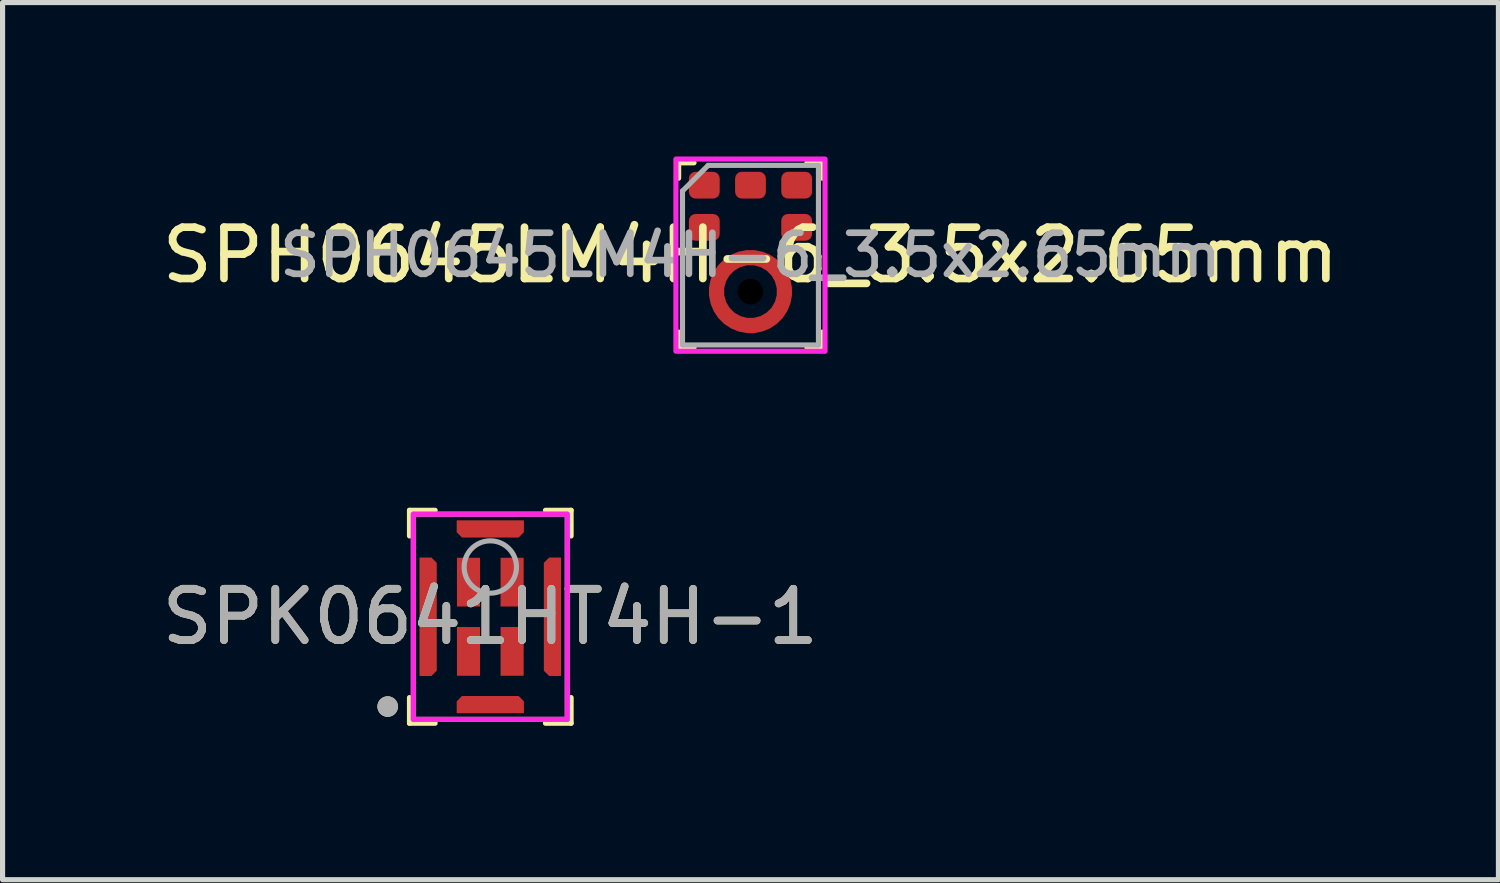
<source format=kicad_pcb>
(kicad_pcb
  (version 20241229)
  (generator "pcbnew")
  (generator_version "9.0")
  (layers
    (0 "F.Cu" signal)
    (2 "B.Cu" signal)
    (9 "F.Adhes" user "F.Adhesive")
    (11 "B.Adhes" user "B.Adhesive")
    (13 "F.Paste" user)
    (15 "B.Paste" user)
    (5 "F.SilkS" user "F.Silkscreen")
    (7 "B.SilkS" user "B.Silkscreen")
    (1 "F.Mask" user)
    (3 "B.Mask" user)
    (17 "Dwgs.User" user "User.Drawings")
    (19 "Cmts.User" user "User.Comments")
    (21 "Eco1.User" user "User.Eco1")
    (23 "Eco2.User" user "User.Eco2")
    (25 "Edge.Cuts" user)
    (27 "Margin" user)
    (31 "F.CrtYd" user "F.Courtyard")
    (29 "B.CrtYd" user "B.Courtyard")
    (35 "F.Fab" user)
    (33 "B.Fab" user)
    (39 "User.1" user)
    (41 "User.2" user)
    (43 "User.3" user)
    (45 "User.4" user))
  (footprint "SPH0645LM4H-6_3.5x2.65mm"
    (layer "F.Cu")
    (at 11.577 1.923)
    (property "Reference" "SPH0645LM4H-6_3.5x2.65mm" (at 0 0 0) (unlocked yes) (layer "F.SilkS") (effects (font (size 1 1) (thickness 0.15))))
    (attr smd)
    (fp_line (start -1.4 -1.8) (end -1.4 -1.5) (stroke (width 0.1) (type default)) (layer "F.SilkS"))
    (fp_line (start -1.4 -1.8) (end -1.1 -1.8) (stroke (width 0.1) (type default)) (layer "F.SilkS"))
    (fp_line (start -1.4 1.8) (end -1.4 1.5) (stroke (width 0.1) (type default)) (layer "F.SilkS"))
    (fp_line (start -1.4 1.8) (end -1.1 1.8) (stroke (width 0.1) (type default)) (layer "F.SilkS"))
    (fp_line (start 1.4 -1.8) (end 1.1 -1.8) (stroke (width 0.1) (type default)) (layer "F.SilkS"))
    (fp_line (start 1.4 -1.8) (end 1.4 -1.5) (stroke (width 0.1) (type default)) (layer "F.SilkS"))
    (fp_line (start 1.4 1.8) (end 1.1 1.8) (stroke (width 0.1) (type default)) (layer "F.SilkS"))
    (fp_line (start 1.4 1.8) (end 1.4 1.5) (stroke (width 0.1) (type default)) (layer "F.SilkS"))
    (fp_poly (pts (xy -0.641 1.209) (xy -0.723 1.08) (xy -0.78 0.937) (xy -0.809 0.787) (xy -0.809 0.633) (xy -0.78 0.483) (xy -0.723 0.34) (xy -0.641 0.211) (xy -0.426 0.425) (xy -0.468 0.501) (xy -0.496 0.582) (xy -0.511 0.667) (xy -0.511 0.753) (xy -0.496 0.838) (xy -0.468 0.919) (xy -0.426 0.995)) (stroke (width 0) (type solid)) (fill yes) (layer "F.Paste"))
    (fp_poly (pts (xy -0.499 0.069) (xy -0.37 -0.013) (xy -0.227 -0.07) (xy -0.077 -0.099) (xy 0.077 -0.099) (xy 0.227 -0.07) (xy 0.37 -0.013) (xy 0.499 0.069) (xy 0.285 0.284) (xy 0.209 0.242) (xy 0.128 0.214) (xy 0.043 0.199) (xy -0.043 0.199) (xy -0.128 0.214) (xy -0.209 0.242) (xy -0.285 0.284)) (stroke (width 0) (type solid)) (fill yes) (layer "F.Paste"))
    (fp_poly (pts (xy 0.499 1.351) (xy 0.37 1.433) (xy 0.227 1.49) (xy 0.077 1.519) (xy -0.077 1.519) (xy -0.227 1.49) (xy -0.37 1.433) (xy -0.499 1.351) (xy -0.285 1.136) (xy -0.209 1.178) (xy -0.128 1.206) (xy -0.043 1.221) (xy 0.043 1.221) (xy 0.128 1.206) (xy 0.209 1.178) (xy 0.285 1.136)) (stroke (width 0) (type solid)) (fill yes) (layer "F.Paste"))
    (fp_poly (pts (xy 0.641 0.211) (xy 0.723 0.34) (xy 0.78 0.483) (xy 0.809 0.633) (xy 0.809 0.787) (xy 0.78 0.937) (xy 0.723 1.08) (xy 0.641 1.209) (xy 0.426 0.995) (xy 0.468 0.919) (xy 0.496 0.838) (xy 0.511 0.753) (xy 0.511 0.667) (xy 0.496 0.582) (xy 0.468 0.501) (xy 0.426 0.425)) (stroke (width 0) (type solid)) (fill yes) (layer "F.Paste"))
    (fp_rect (start -1.453 -1.873) (end 1.453 1.873) (stroke (width 0.1) (type solid)) (fill no) (layer "F.CrtYd"))
    (fp_line (start -1.325 -1.25) (end -1.325 1.75) (stroke (width 0.1) (type solid)) (layer "F.Fab"))
    (fp_line (start -1.325 1.75) (end 1.325 1.75) (stroke (width 0.1) (type solid)) (layer "F.Fab"))
    (fp_line (start -0.825 -1.75) (end -1.325 -1.25) (stroke (width 0.1) (type solid)) (layer "F.Fab"))
    (fp_line (start 1.325 -1.75) (end -0.825 -1.75) (stroke (width 0.1) (type solid)) (layer "F.Fab"))
    (fp_line (start 1.325 1.75) (end 1.325 -1.75) (stroke (width 0.1) (type solid)) (layer "F.Fab"))
    (fp_text user "${REFERENCE}" (at 0 0 0) (unlocked yes) (layer "F.Fab") (effects (font (size 0.8 0.8) (thickness 0.13))))
    (pad "" np_thru_hole circle (at 0 0.71) (size 0.5 0.5) (drill 0.5) (layers "*.Mask"))
    (pad "1" smd roundrect (at -0.9 -1.364) (size 0.6 0.522) (layers "F.Cu" "F.Mask" "F.Paste") (roundrect_rratio 0.25))
    (pad "2" smd roundrect (at -0.9 -0.542) (size 0.6 0.522) (layers "F.Cu" "F.Mask" "F.Paste") (roundrect_rratio 0.25))
    (pad "3" smd custom (at 0.662 0.71 90) (size 0.3 0.3) (layers "F.Cu" "F.Mask") (options (anchor circle)) (primitives (gr_circle (center 0 -0.662) (end 0.662 -0.662) (width 0.3) (fill no))))
    (pad "4" smd roundrect (at 0.9 -0.542) (size 0.6 0.522) (layers "F.Cu" "F.Mask" "F.Paste") (roundrect_rratio 0.25))
    (pad "5" smd roundrect (at 0.9 -1.364) (size 0.6 0.522) (layers "F.Cu" "F.Mask" "F.Paste") (roundrect_rratio 0.25))
    (pad "6" smd roundrect (at 0 -1.364) (size 0.6 0.522) (layers "F.Cu" "F.Mask" "F.Paste") (roundrect_rratio 0.25)))
  (footprint "SPK0641HT4H-1"
    (layer "F.Cu")
    (at 6.506 8.971)
    (property "Reference" "SPK0641HT4H-1" (at 0 0 0) (layer "F.SilkS") (effects (font (size 1 1) (thickness 0.15))))
    (attr smd)
    (fp_poly (pts (xy -1.375 -1.15) (xy -1.375 1.15) (xy -1.15 1.15) (xy -1.05 1.05) (xy -1.05 -1.05) (xy -1.15 -1.15)) (stroke (width 0.01) (type solid)) (fill yes) (layer "F.Mask"))
    (fp_poly (pts (xy -0.65 -1.875) (xy 0.65 -1.875) (xy 0.65 -1.65) (xy 0.55 -1.55) (xy -0.55 -1.55) (xy -0.65 -1.65)) (stroke (width 0.01) (type solid)) (fill yes) (layer "F.Mask"))
    (fp_poly (pts (xy 0.65 1.875) (xy -0.65 1.875) (xy -0.65 1.65) (xy -0.55 1.55) (xy 0.55 1.55) (xy 0.65 1.65)) (stroke (width 0.01) (type solid)) (fill yes) (layer "F.Mask"))
    (fp_poly (pts (xy 1.375 -1.15) (xy 1.375 1.15) (xy 1.15 1.15) (xy 1.05 1.05) (xy 1.05 -1.05) (xy 1.15 -1.15)) (stroke (width 0.01) (type solid)) (fill yes) (layer "F.Mask"))
    (fp_line (start -1.575 -2.075) (end -1.575 -1.575) (stroke (width 0.1) (type solid)) (layer "F.SilkS"))
    (fp_line (start -1.575 -2.075) (end -1.075 -2.075) (stroke (width 0.1) (type solid)) (layer "F.SilkS"))
    (fp_line (start -1.575 1.575) (end -1.575 2.075) (stroke (width 0.1) (type solid)) (layer "F.SilkS"))
    (fp_line (start -1.575 2.075) (end -1.075 2.075) (stroke (width 0.1) (type solid)) (layer "F.SilkS"))
    (fp_line (start 1.075 -2.075) (end 1.575 -2.075) (stroke (width 0.1) (type solid)) (layer "F.SilkS"))
    (fp_line (start 1.075 2.075) (end 1.575 2.075) (stroke (width 0.1) (type solid)) (layer "F.SilkS"))
    (fp_line (start 1.575 -2.075) (end 1.575 -1.575) (stroke (width 0.1) (type solid)) (layer "F.SilkS"))
    (fp_line (start 1.575 2.075) (end 1.575 1.575) (stroke (width 0.1) (type solid)) (layer "F.SilkS"))
    (fp_circle (center -2 1.75) (end -1.9 1.75) (stroke (width 0.2) (type solid)) (fill no) (layer "F.SilkS"))
    (fp_poly (pts (xy -1.375 -1.15) (xy -1.375 1.15) (xy -1.15 1.15) (xy -1.05 1.05) (xy -1.05 -1.05) (xy -1.15 -1.15)) (stroke (width 0.01) (type solid)) (fill yes) (layer "F.Paste"))
    (fp_poly (pts (xy -0.65 -1.875) (xy 0.65 -1.875) (xy 0.65 -1.65) (xy 0.55 -1.55) (xy -0.55 -1.55) (xy -0.65 -1.65)) (stroke (width 0.01) (type solid)) (fill yes) (layer "F.Paste"))
    (fp_poly (pts (xy 0.65 1.875) (xy -0.65 1.875) (xy -0.65 1.65) (xy -0.55 1.55) (xy 0.55 1.55) (xy 0.65 1.65)) (stroke (width 0.01) (type solid)) (fill yes) (layer "F.Paste"))
    (fp_poly (pts (xy 1.375 -1.15) (xy 1.375 1.15) (xy 1.15 1.15) (xy 1.05 1.05) (xy 1.05 -1.05) (xy 1.15 -1.15)) (stroke (width 0.01) (type solid)) (fill yes) (layer "F.Paste"))
    (fp_rect (start -1.5 -2) (end 1.5 2) (stroke (width 0.1) (type default)) (fill no) (layer "F.CrtYd"))
    (fp_line (start -1.5 -2) (end 1.5 -2) (stroke (width 0.1) (type solid)) (layer "F.Fab"))
    (fp_line (start -1.5 2) (end -1.5 -2) (stroke (width 0.1) (type solid)) (layer "F.Fab"))
    (fp_line (start 1.5 -2) (end 1.5 2) (stroke (width 0.1) (type solid)) (layer "F.Fab"))
    (fp_line (start 1.5 2) (end -1.5 2) (stroke (width 0.1) (type solid)) (layer "F.Fab"))
    (fp_circle (center -2 1.75) (end -1.9 1.75) (stroke (width 0.2) (type solid)) (fill no) (layer "F.Fab"))
    (fp_circle (center 0 -0.97) (end 0.51 -0.97) (stroke (width 0.1) (type default)) (fill no) (layer "F.Fab"))
    (fp_text user "${REFERENCE}" (at 0 0 0) (unlocked yes) (layer "F.Fab") (effects (font (size 1 1) (thickness 0.15))))
    (pad "1" smd rect (at -0.425 0.675) (size 0.45 0.95) (layers "F.Cu" "F.Mask" "F.Paste"))
    (pad "2" smd rect (at -0.425 -0.675) (size 0.45 0.95) (layers "F.Cu" "F.Mask" "F.Paste"))
    (pad "3" smd rect (at 0.425 -0.675) (size 0.45 0.95) (layers "F.Cu" "F.Mask" "F.Paste"))
    (pad "4" smd rect (at 0.425 0.675) (size 0.45 0.95) (layers "F.Cu" "F.Mask" "F.Paste"))
    (pad "5" smd custom (at 0 1.712) (size 1 0.3) (layers "F.Cu") (options (anchor rect)) (primitives (gr_poly (pts (xy 0.65 0.163) (xy -0.65 0.163) (xy -0.65 -0.062) (xy -0.55 -0.163) (xy 0.55 -0.163) (xy 0.65 -0.062)) (width 0.01) (fill yes))))
    (pad "6" smd custom (at -1.212 0) (size 0.3 1) (layers "F.Cu") (options (anchor rect)) (primitives (gr_poly (pts (xy -0.163 -1.15) (xy -0.163 1.15) (xy 0.062 1.15) (xy 0.163 1.05) (xy 0.163 -1.05) (xy 0.062 -1.15)) (width 0.01) (fill yes))))
    (pad "7" smd custom (at 0 -1.712) (size 1 0.3) (layers "F.Cu") (options (anchor rect)) (primitives (gr_poly (pts (xy -0.65 -0.163) (xy 0.65 -0.163) (xy 0.65 0.062) (xy 0.55 0.163) (xy -0.55 0.163) (xy -0.65 0.062)) (width 0.01) (fill yes))))
    (pad "8" smd custom (at 1.212 0) (size 0.3 1) (layers "F.Cu") (options (anchor rect)) (primitives (gr_poly (pts (xy 0.163 -1.15) (xy 0.163 1.15) (xy -0.062 1.15) (xy -0.163 1.05) (xy -0.163 -1.05) (xy -0.062 -1.15)) (width 0.01) (fill yes)))))
  (gr_rect
    (start -3 -3)
    (end 26.155 14.096)
    (stroke (width 0.1) (type default))
    (fill no)
    (layer "Edge.Cuts")))
</source>
